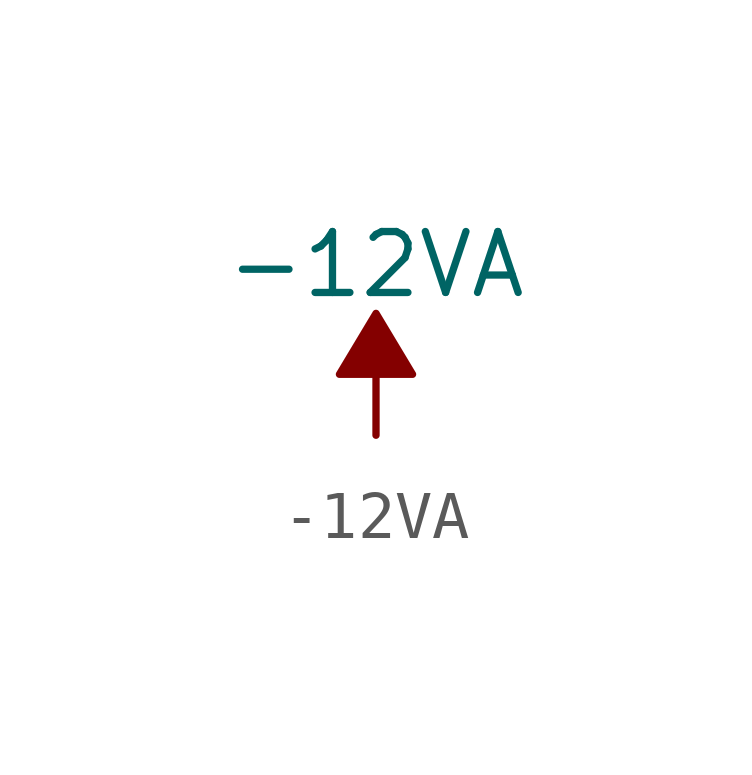
<source format=kicad_sym>
(kicad_symbol_lib
  (version 20231120)
  (generator "kicad_symbol_editor")
  (generator_version "8.0")
  (symbol "-12VA"
    (power)
    (pin_numbers hide)
    (pin_names
      (offset 0) hide)
    (property "Reference" "#PWR"
      (at 0 -3.81 0)
      (effects (font (size 1.27 1.27)) (hide yes)))
    (property "Value" "-12VA"
      (at 0 3.556 0)
      (effects (font (size 1.27 1.27))))
    (symbol "-12VA_0_0"
      (pin power_in line (at 0 0 90) (length 0) hide (name "-12VA" (effects (font (size 1.27 1.27)))) (number "1" (effects (font (size 1.27 1.27))))))
    (symbol "-12VA_0_1"
      (polyline (pts (xy 0 0) (xy 0 1.27) (xy 0.762 1.27) (xy 0 2.54) (xy -0.762 1.27) (xy 0 1.27)) (stroke (width 0) (type default)) (fill (type outline))))))
</source>
